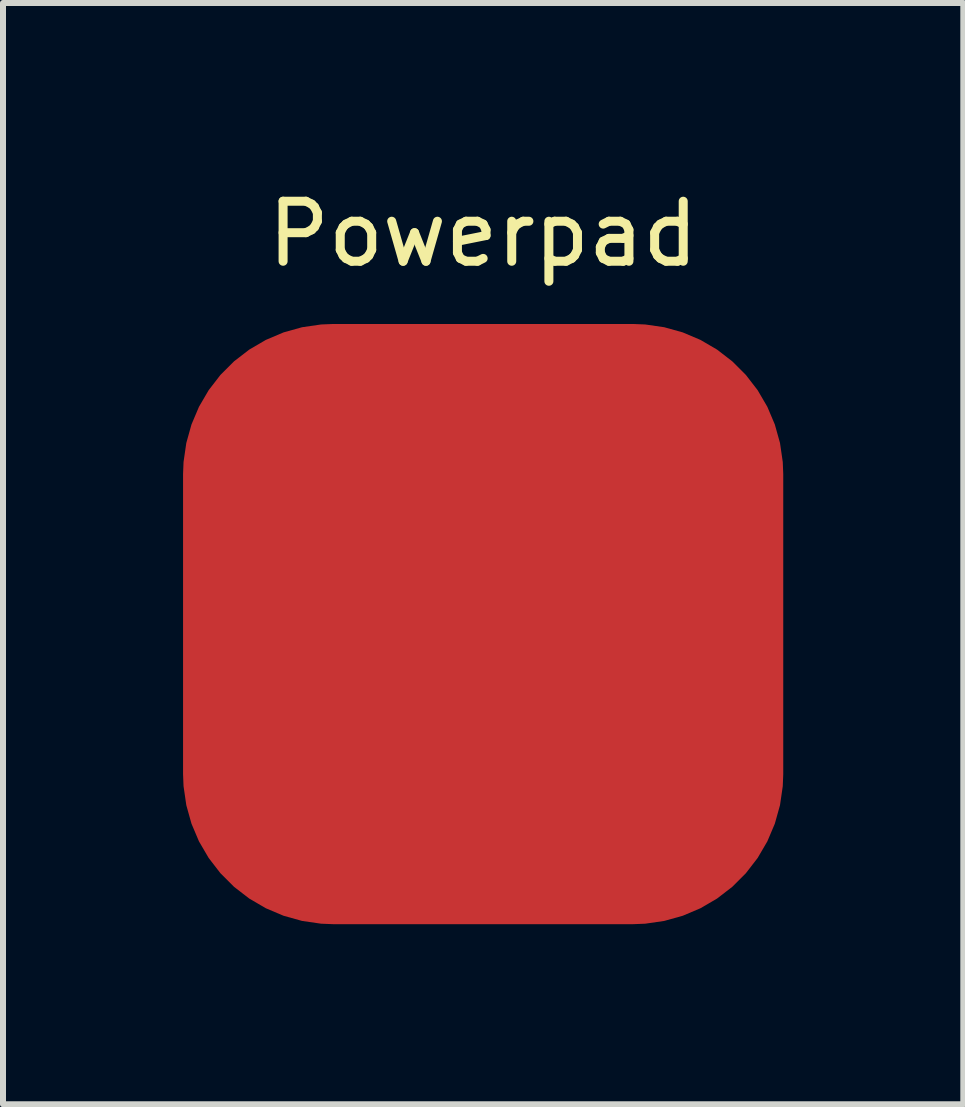
<source format=kicad_pcb>
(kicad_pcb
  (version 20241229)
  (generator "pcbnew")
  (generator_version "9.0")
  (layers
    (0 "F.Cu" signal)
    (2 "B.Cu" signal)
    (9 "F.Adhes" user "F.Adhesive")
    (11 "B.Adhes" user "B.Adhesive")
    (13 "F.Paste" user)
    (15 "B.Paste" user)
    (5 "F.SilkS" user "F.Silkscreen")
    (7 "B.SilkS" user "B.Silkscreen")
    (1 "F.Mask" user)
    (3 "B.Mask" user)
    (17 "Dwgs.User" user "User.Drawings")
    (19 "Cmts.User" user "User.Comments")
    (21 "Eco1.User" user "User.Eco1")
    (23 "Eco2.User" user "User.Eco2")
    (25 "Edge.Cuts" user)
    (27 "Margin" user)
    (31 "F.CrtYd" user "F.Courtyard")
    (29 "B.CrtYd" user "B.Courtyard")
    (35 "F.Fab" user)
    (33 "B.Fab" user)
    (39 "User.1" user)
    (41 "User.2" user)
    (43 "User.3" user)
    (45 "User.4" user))
  (footprint "Powerpad"
    (layer "F.Cu")
    (at 5 7.348)
    (property "Reference" "Powerpad" (at 0 -6.5 0) (unlocked yes) (layer "F.SilkS") (effects (font (size 1 1) (thickness 0.15))))
    (attr smd)
    (pad "1" smd roundrect (at 0 0) (size 10 10) (layers "F.Cu" "F.Mask" "F.Paste") (roundrect_rratio 0.25)))
  (gr_rect
    (start -3 -3)
    (end 13 15.348)
    (stroke (width 0.1) (type default))
    (fill no)
    (layer "Edge.Cuts")))
</source>
